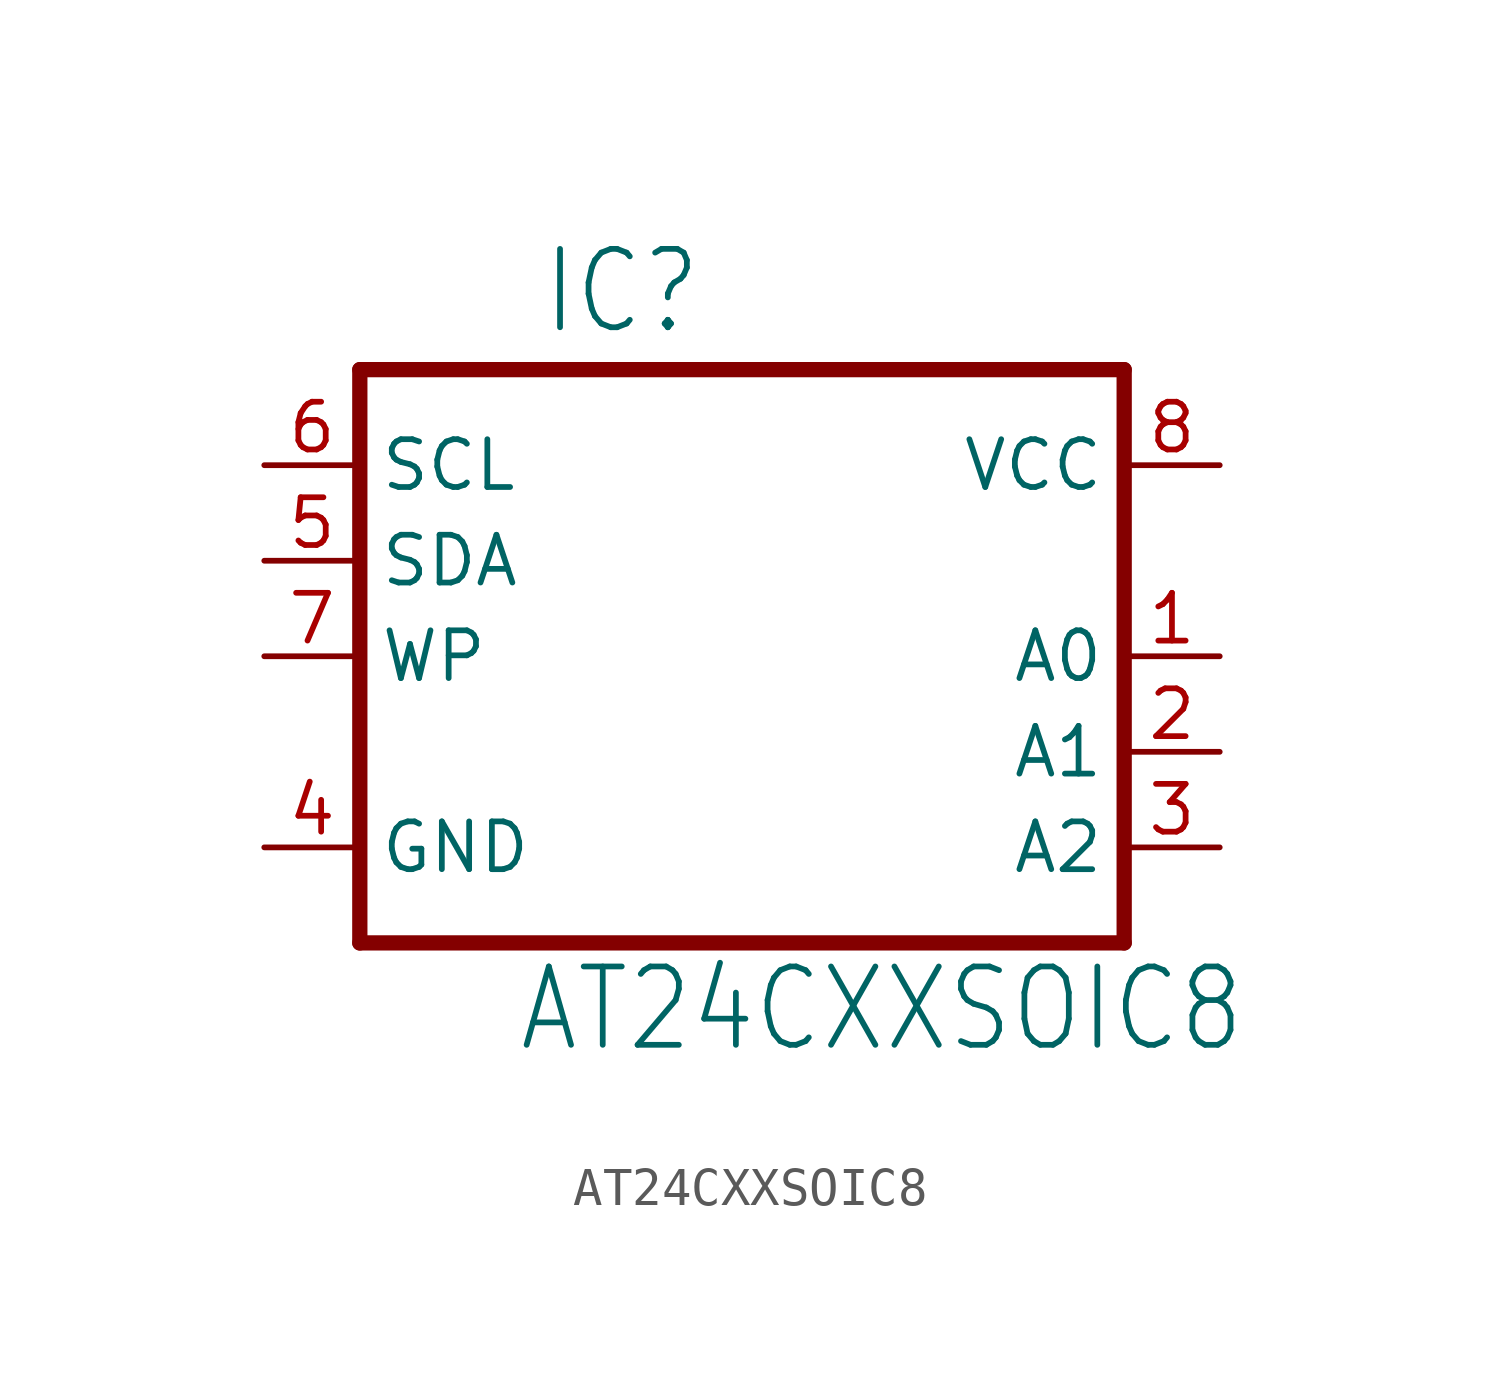
<source format=kicad_sym>
(kicad_symbol_lib
  (version 20211014)
  (generator kicad_symbol_editor)
  (symbol "AT24CXXSOIC8"
    (property "Reference" "IC"
      (at -5.359 8.484 0)
      (effects (font (size 2.083 1.77)) (justify left bottom)))
    (property "Value" "AT24CXXSOIC8"
      (at -5.994 -10.592 0)
      (effects (font (size 2.083 1.77)) (justify left bottom)))
    (property "ki_locked" ""
      (at 0 0 0)
      (effects (font (size 1.27 1.27))))
    (symbol "AT24CXXSOIC8_1_0"
      (polyline (pts (xy -10.16 -7.62) (xy 10.16 -7.62)) (stroke (width 0.406) (type default) (color 0 0 0 0)) (fill (type none)))
      (polyline (pts (xy -10.16 7.62) (xy -10.16 -7.62)) (stroke (width 0.406) (type default) (color 0 0 0 0)) (fill (type none)))
      (polyline (pts (xy 10.16 -7.62) (xy 10.16 7.62)) (stroke (width 0.406) (type default) (color 0 0 0 0)) (fill (type none)))
      (polyline (pts (xy 10.16 7.62) (xy -10.16 7.62)) (stroke (width 0.406) (type default) (color 0 0 0 0)) (fill (type none)))
      (pin input line (at 12.7 0 180) (length 2.54) (name "A0" (effects (font (size 1.27 1.27)))) (number "1" (effects (font (size 1.27 1.27)))))
      (pin input line (at 12.7 -2.54 180) (length 2.54) (name "A1" (effects (font (size 1.27 1.27)))) (number "2" (effects (font (size 1.27 1.27)))))
      (pin input line (at 12.7 -5.08 180) (length 2.54) (name "A2" (effects (font (size 1.27 1.27)))) (number "3" (effects (font (size 1.27 1.27)))))
      (pin passive line (at -12.7 -5.08 0) (length 2.54) (name "GND" (effects (font (size 1.27 1.27)))) (number "4" (effects (font (size 1.27 1.27)))))
      (pin bidirectional line (at -12.7 2.54 0) (length 2.54) (name "SDA" (effects (font (size 1.27 1.27)))) (number "5" (effects (font (size 1.27 1.27)))))
      (pin bidirectional line (at -12.7 5.08 0) (length 2.54) (name "SCL" (effects (font (size 1.27 1.27)))) (number "6" (effects (font (size 1.27 1.27)))))
      (pin input line (at -12.7 0 0) (length 2.54) (name "WP" (effects (font (size 1.27 1.27)))) (number "7" (effects (font (size 1.27 1.27)))))
      (pin power_in line (at 12.7 5.08 180) (length 2.54) (name "VCC" (effects (font (size 1.27 1.27)))) (number "8" (effects (font (size 1.27 1.27))))))))
</source>
